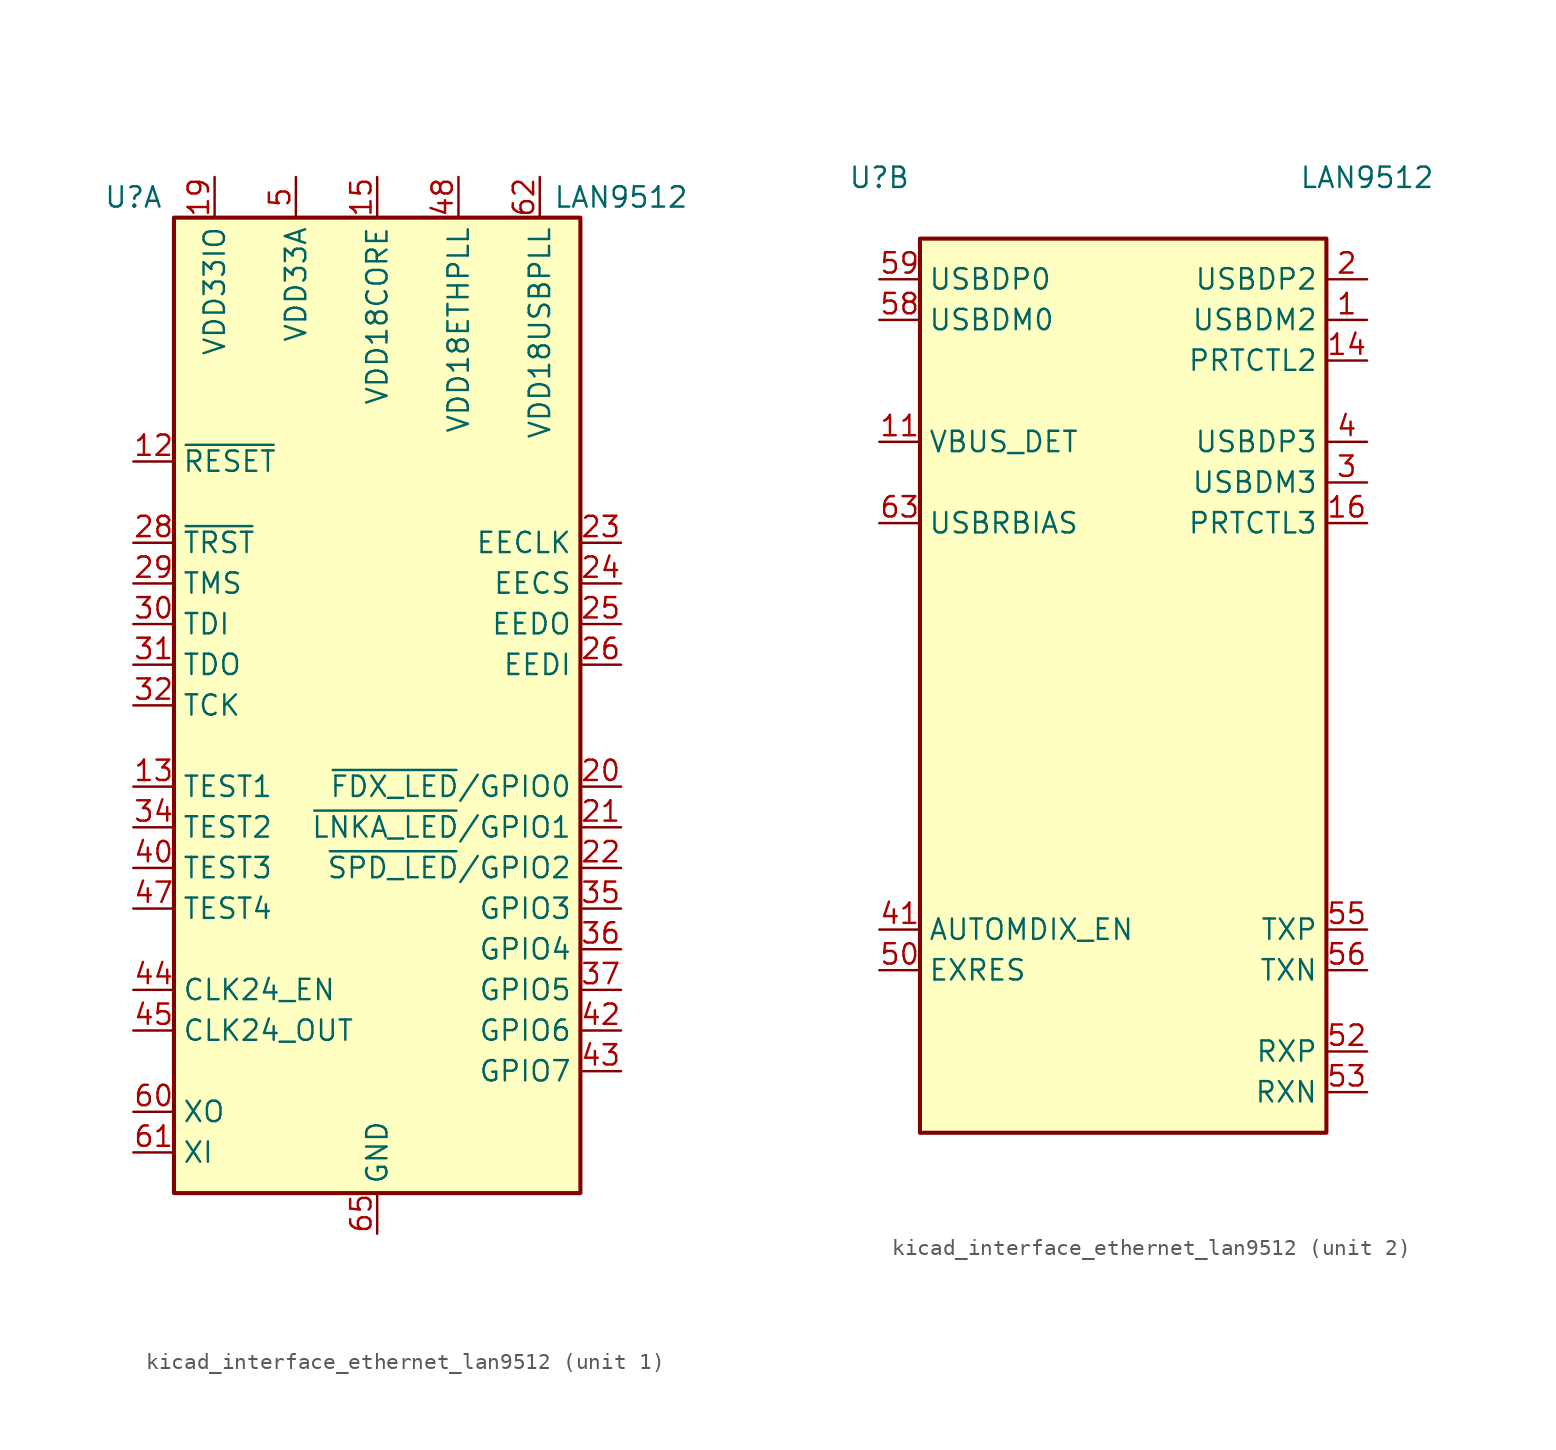
<source format=kicad_sym>
(kicad_symbol_lib
  (version 20220914)
  (generator kicad_symbol_editor)
  (symbol "kicad_interface_ethernet_lan9512"
    (property "Reference" "U"
      (at -15.24 31.75 0)
      (effects (font (size 1.27 1.27))))
    (property "Value" "LAN9512"
      (at 15.24 31.75 0)
      (effects (font (size 1.27 1.27))))
    (property "ki_locked" ""
      (at 0 0 0)
      (effects (font (size 1.27 1.27))))
    (symbol "kicad_interface_ethernet_lan9512_1_1"
      (rectangle (start -12.7 30.48) (end 12.7 -30.48) (stroke (width 0.254) (type default)) (fill (type background)))
      (pin passive line (at -5.08 33.02 270) (length 2.54) hide (name "VDD33A" (effects (font (size 1.27 1.27)))) (number "10" (effects (font (size 1.27 1.27)))))
      (pin input line (at -15.24 15.24 0) (length 2.54) (name "~{RESET}" (effects (font (size 1.27 1.27)))) (number "12" (effects (font (size 1.27 1.27)))))
      (pin input line (at -15.24 -5.08 0) (length 2.54) (name "TEST1" (effects (font (size 1.27 1.27)))) (number "13" (effects (font (size 1.27 1.27)))))
      (pin power_in line (at 0 33.02 270) (length 2.54) (name "VDD18CORE" (effects (font (size 1.27 1.27)))) (number "15" (effects (font (size 1.27 1.27)))))
      (pin power_in line (at -10.16 33.02 270) (length 2.54) (name "VDD33IO" (effects (font (size 1.27 1.27)))) (number "19" (effects (font (size 1.27 1.27)))))
      (pin bidirectional line (at 15.24 -5.08 180) (length 2.54) (name "~{FDX_LED}/GPIO0" (effects (font (size 1.27 1.27)))) (number "20" (effects (font (size 1.27 1.27)))))
      (pin bidirectional line (at 15.24 -7.62 180) (length 2.54) (name "~{LNKA_LED}/GPIO1" (effects (font (size 1.27 1.27)))) (number "21" (effects (font (size 1.27 1.27)))))
      (pin bidirectional line (at 15.24 -10.16 180) (length 2.54) (name "~{SPD_LED}/GPIO2" (effects (font (size 1.27 1.27)))) (number "22" (effects (font (size 1.27 1.27)))))
      (pin output line (at 15.24 10.16 180) (length 2.54) (name "EECLK" (effects (font (size 1.27 1.27)))) (number "23" (effects (font (size 1.27 1.27)))))
      (pin output line (at 15.24 7.62 180) (length 2.54) (name "EECS" (effects (font (size 1.27 1.27)))) (number "24" (effects (font (size 1.27 1.27)))))
      (pin output line (at 15.24 5.08 180) (length 2.54) (name "EEDO" (effects (font (size 1.27 1.27)))) (number "25" (effects (font (size 1.27 1.27)))))
      (pin input line (at 15.24 2.54 180) (length 2.54) (name "EEDI" (effects (font (size 1.27 1.27)))) (number "26" (effects (font (size 1.27 1.27)))))
      (pin passive line (at -10.16 33.02 270) (length 2.54) hide (name "VDD33IO" (effects (font (size 1.27 1.27)))) (number "27" (effects (font (size 1.27 1.27)))))
      (pin input line (at -15.24 10.16 0) (length 2.54) (name "~{TRST}" (effects (font (size 1.27 1.27)))) (number "28" (effects (font (size 1.27 1.27)))))
      (pin input line (at -15.24 7.62 0) (length 2.54) (name "TMS" (effects (font (size 1.27 1.27)))) (number "29" (effects (font (size 1.27 1.27)))))
      (pin input line (at -15.24 5.08 0) (length 2.54) (name "TDI" (effects (font (size 1.27 1.27)))) (number "30" (effects (font (size 1.27 1.27)))))
      (pin output line (at -15.24 2.54 0) (length 2.54) (name "TDO" (effects (font (size 1.27 1.27)))) (number "31" (effects (font (size 1.27 1.27)))))
      (pin input line (at -15.24 0 0) (length 2.54) (name "TCK" (effects (font (size 1.27 1.27)))) (number "32" (effects (font (size 1.27 1.27)))))
      (pin passive line (at -10.16 33.02 270) (length 2.54) hide (name "VDD33IO" (effects (font (size 1.27 1.27)))) (number "33" (effects (font (size 1.27 1.27)))))
      (pin input line (at -15.24 -7.62 0) (length 2.54) (name "TEST2" (effects (font (size 1.27 1.27)))) (number "34" (effects (font (size 1.27 1.27)))))
      (pin bidirectional line (at 15.24 -12.7 180) (length 2.54) (name "GPIO3" (effects (font (size 1.27 1.27)))) (number "35" (effects (font (size 1.27 1.27)))))
      (pin bidirectional line (at 15.24 -15.24 180) (length 2.54) (name "GPIO4" (effects (font (size 1.27 1.27)))) (number "36" (effects (font (size 1.27 1.27)))))
      (pin bidirectional line (at 15.24 -17.78 180) (length 2.54) (name "GPIO5" (effects (font (size 1.27 1.27)))) (number "37" (effects (font (size 1.27 1.27)))))
      (pin passive line (at 0 33.02 270) (length 2.54) hide (name "VDD18CORE" (effects (font (size 1.27 1.27)))) (number "38" (effects (font (size 1.27 1.27)))))
      (pin passive line (at -10.16 33.02 270) (length 2.54) hide (name "VDD33IO" (effects (font (size 1.27 1.27)))) (number "39" (effects (font (size 1.27 1.27)))))
      (pin input line (at -15.24 -10.16 0) (length 2.54) (name "TEST3" (effects (font (size 1.27 1.27)))) (number "40" (effects (font (size 1.27 1.27)))))
      (pin bidirectional line (at 15.24 -20.32 180) (length 2.54) (name "GPIO6" (effects (font (size 1.27 1.27)))) (number "42" (effects (font (size 1.27 1.27)))))
      (pin bidirectional line (at 15.24 -22.86 180) (length 2.54) (name "GPIO7" (effects (font (size 1.27 1.27)))) (number "43" (effects (font (size 1.27 1.27)))))
      (pin input line (at -15.24 -17.78 0) (length 2.54) (name "CLK24_EN" (effects (font (size 1.27 1.27)))) (number "44" (effects (font (size 1.27 1.27)))))
      (pin output line (at -15.24 -20.32 0) (length 2.54) (name "CLK24_OUT" (effects (font (size 1.27 1.27)))) (number "45" (effects (font (size 1.27 1.27)))))
      (pin passive line (at -10.16 33.02 270) (length 2.54) hide (name "VDD33IO" (effects (font (size 1.27 1.27)))) (number "46" (effects (font (size 1.27 1.27)))))
      (pin input line (at -15.24 -12.7 0) (length 2.54) (name "TEST4" (effects (font (size 1.27 1.27)))) (number "47" (effects (font (size 1.27 1.27)))))
      (pin power_in line (at 5.08 33.02 270) (length 2.54) (name "VDD18ETHPLL" (effects (font (size 1.27 1.27)))) (number "48" (effects (font (size 1.27 1.27)))))
      (pin passive line (at -5.08 33.02 270) (length 2.54) hide (name "VDD33A" (effects (font (size 1.27 1.27)))) (number "49" (effects (font (size 1.27 1.27)))))
      (pin power_in line (at -5.08 33.02 270) (length 2.54) (name "VDD33A" (effects (font (size 1.27 1.27)))) (number "5" (effects (font (size 1.27 1.27)))))
      (pin passive line (at -5.08 33.02 270) (length 2.54) hide (name "VDD33A" (effects (font (size 1.27 1.27)))) (number "51" (effects (font (size 1.27 1.27)))))
      (pin passive line (at -5.08 33.02 270) (length 2.54) hide (name "VDD33A" (effects (font (size 1.27 1.27)))) (number "54" (effects (font (size 1.27 1.27)))))
      (pin passive line (at -5.08 33.02 270) (length 2.54) hide (name "VDD33A" (effects (font (size 1.27 1.27)))) (number "57" (effects (font (size 1.27 1.27)))))
      (pin input line (at -15.24 -25.4 0) (length 2.54) (name "XO" (effects (font (size 1.27 1.27)))) (number "60" (effects (font (size 1.27 1.27)))))
      (pin input line (at -15.24 -27.94 0) (length 2.54) (name "XI" (effects (font (size 1.27 1.27)))) (number "61" (effects (font (size 1.27 1.27)))))
      (pin power_in line (at 10.16 33.02 270) (length 2.54) (name "VDD18USBPLL" (effects (font (size 1.27 1.27)))) (number "62" (effects (font (size 1.27 1.27)))))
      (pin passive line (at -5.08 33.02 270) (length 2.54) hide (name "VDD33A" (effects (font (size 1.27 1.27)))) (number "64" (effects (font (size 1.27 1.27)))))
      (pin power_in line (at 0 -33.02 90) (length 2.54) (name "GND" (effects (font (size 1.27 1.27)))) (number "65" (effects (font (size 1.27 1.27))))))
    (symbol "kicad_interface_ethernet_lan9512_2_1"
      (rectangle (start 12.7 -27.94) (end -12.7 27.94) (stroke (width 0.254) (type default)) (fill (type background)))
      (pin bidirectional line (at 15.24 22.86 180) (length 2.54) (name "USBDM2" (effects (font (size 1.27 1.27)))) (number "1" (effects (font (size 1.27 1.27)))))
      (pin input line (at -15.24 15.24 0) (length 2.54) (name "VBUS_DET" (effects (font (size 1.27 1.27)))) (number "11" (effects (font (size 1.27 1.27)))))
      (pin bidirectional line (at 15.24 20.32 180) (length 2.54) (name "PRTCTL2" (effects (font (size 1.27 1.27)))) (number "14" (effects (font (size 1.27 1.27)))))
      (pin bidirectional line (at 15.24 10.16 180) (length 2.54) (name "PRTCTL3" (effects (font (size 1.27 1.27)))) (number "16" (effects (font (size 1.27 1.27)))))
      (pin no_connect line (at 12.7 0 180) (length 2.54) hide (name "NC" (effects (font (size 1.27 1.27)))) (number "17" (effects (font (size 1.27 1.27)))))
      (pin no_connect line (at 12.7 -10.16 180) (length 2.54) hide (name "NC" (effects (font (size 1.27 1.27)))) (number "18" (effects (font (size 1.27 1.27)))))
      (pin bidirectional line (at 15.24 25.4 180) (length 2.54) (name "USBDP2" (effects (font (size 1.27 1.27)))) (number "2" (effects (font (size 1.27 1.27)))))
      (pin bidirectional line (at 15.24 12.7 180) (length 2.54) (name "USBDM3" (effects (font (size 1.27 1.27)))) (number "3" (effects (font (size 1.27 1.27)))))
      (pin bidirectional line (at 15.24 15.24 180) (length 2.54) (name "USBDP3" (effects (font (size 1.27 1.27)))) (number "4" (effects (font (size 1.27 1.27)))))
      (pin input line (at -15.24 -15.24 0) (length 2.54) (name "AUTOMDIX_EN" (effects (font (size 1.27 1.27)))) (number "41" (effects (font (size 1.27 1.27)))))
      (pin input line (at -15.24 -17.78 0) (length 2.54) (name "EXRES" (effects (font (size 1.27 1.27)))) (number "50" (effects (font (size 1.27 1.27)))))
      (pin input line (at 15.24 -22.86 180) (length 2.54) (name "RXP" (effects (font (size 1.27 1.27)))) (number "52" (effects (font (size 1.27 1.27)))))
      (pin input line (at 15.24 -25.4 180) (length 2.54) (name "RXN" (effects (font (size 1.27 1.27)))) (number "53" (effects (font (size 1.27 1.27)))))
      (pin output line (at 15.24 -15.24 180) (length 2.54) (name "TXP" (effects (font (size 1.27 1.27)))) (number "55" (effects (font (size 1.27 1.27)))))
      (pin output line (at 15.24 -17.78 180) (length 2.54) (name "TXN" (effects (font (size 1.27 1.27)))) (number "56" (effects (font (size 1.27 1.27)))))
      (pin bidirectional line (at -15.24 22.86 0) (length 2.54) (name "USBDM0" (effects (font (size 1.27 1.27)))) (number "58" (effects (font (size 1.27 1.27)))))
      (pin bidirectional line (at -15.24 25.4 0) (length 2.54) (name "USBDP0" (effects (font (size 1.27 1.27)))) (number "59" (effects (font (size 1.27 1.27)))))
      (pin no_connect line (at 12.7 2.54 180) (length 2.54) hide (name "NC" (effects (font (size 1.27 1.27)))) (number "6" (effects (font (size 1.27 1.27)))))
      (pin input line (at -15.24 10.16 0) (length 2.54) (name "USBRBIAS" (effects (font (size 1.27 1.27)))) (number "63" (effects (font (size 1.27 1.27)))))
      (pin no_connect line (at 12.7 5.08 180) (length 2.54) hide (name "NC" (effects (font (size 1.27 1.27)))) (number "7" (effects (font (size 1.27 1.27)))))
      (pin no_connect line (at 12.7 -7.62 180) (length 2.54) hide (name "NC" (effects (font (size 1.27 1.27)))) (number "8" (effects (font (size 1.27 1.27)))))
      (pin no_connect line (at 12.7 -5.08 180) (length 2.54) hide (name "NC" (effects (font (size 1.27 1.27)))) (number "9" (effects (font (size 1.27 1.27))))))))
</source>
